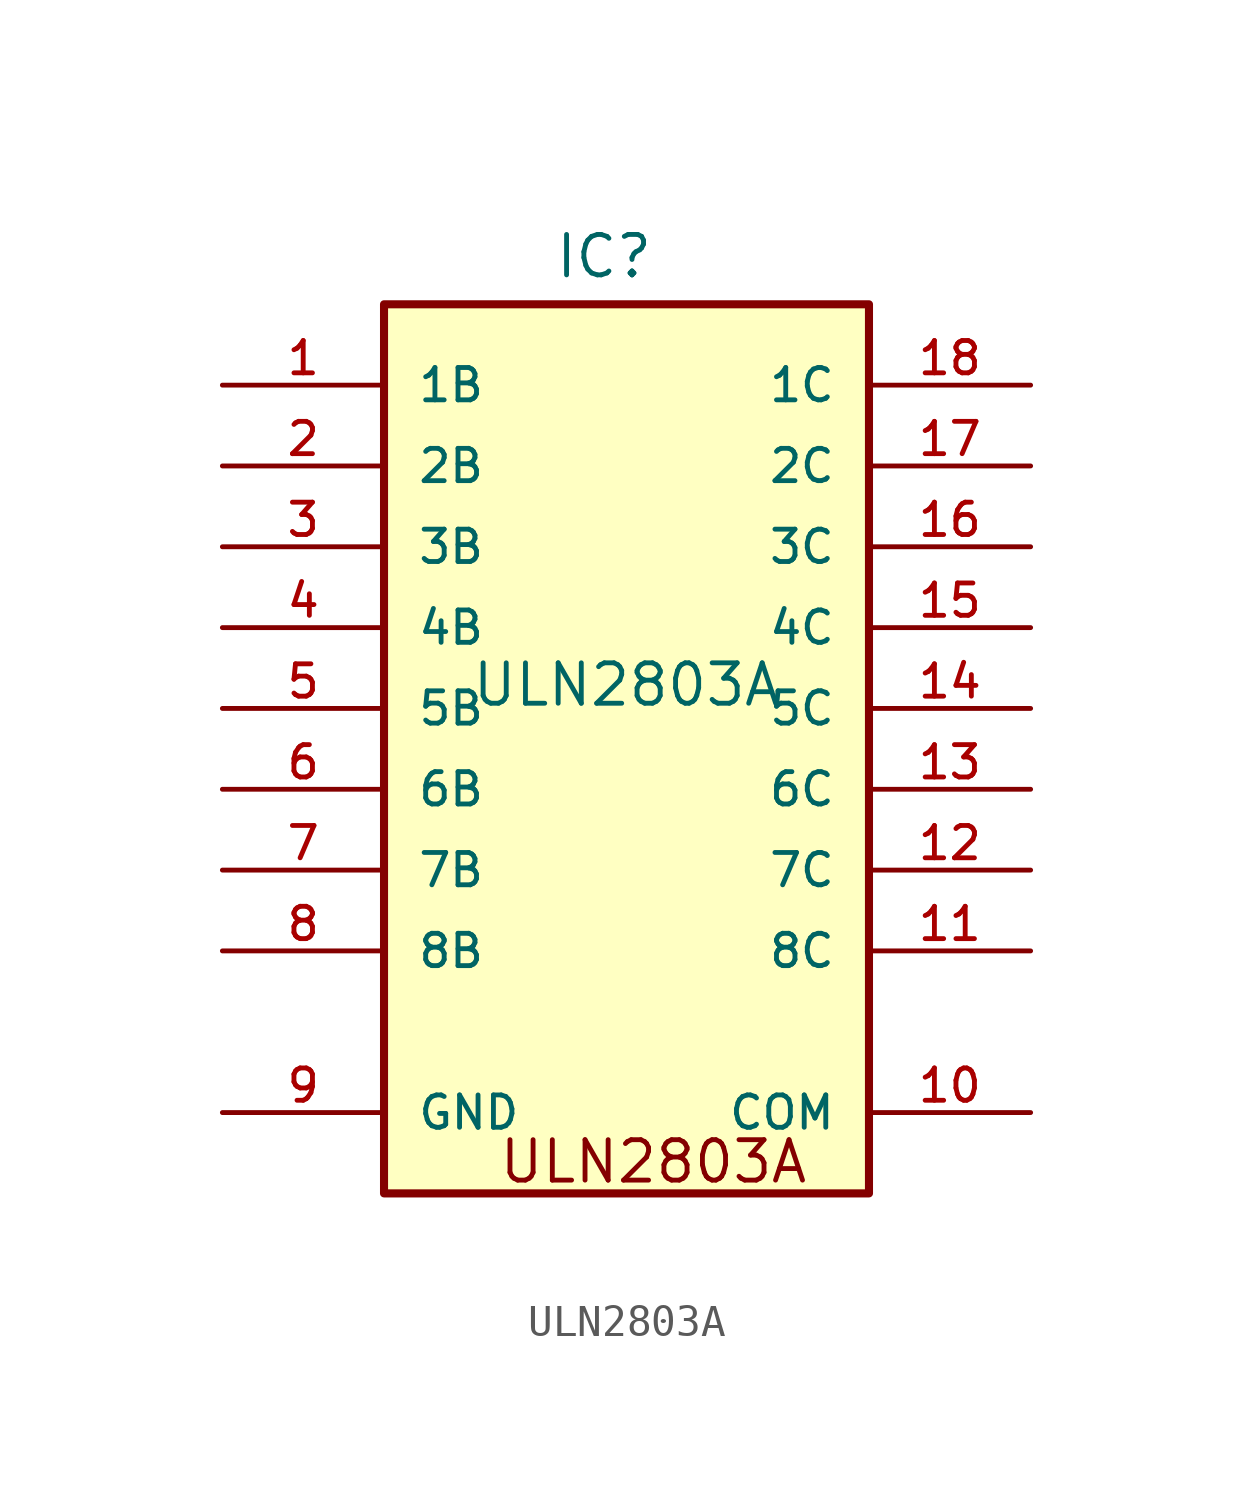
<source format=kicad_sym>
(kicad_symbol_lib
  (version 20211014)
  (generator kicad_symbol_editor)
  (symbol "ULN2803A"
    (pin_names
      (offset 1.016))
    (property "Reference" "IC"
      (at -2.286 13.462 0)
      (effects (font (size 1.27 1.27)) (justify bottom left)))
    (property "Value" "ULN2803A"
      (at 0 0.0 0)
      (effects (font (size 1.27 1.27)) (justify bottom)))
    (symbol "ULN2803A_0_0"
      (text "ULN2803A" (at -4.064 -14.986 0) (effects (font (size 1.27 1.27)) (justify bottom left)))
      (rectangle (start -7.62 -15.24) (end 7.62 12.7) (stroke (width 0.254)) (fill (type background)))
      (pin bidirectional line (at -12.7 10.16 0) (length 5.08) (name "1B" (effects (font (size 1.016 1.016)))) (number "1" (effects (font (size 1.016 1.016)))))
      (pin bidirectional line (at -12.7 7.62 0) (length 5.08) (name "2B" (effects (font (size 1.016 1.016)))) (number "2" (effects (font (size 1.016 1.016)))))
      (pin bidirectional line (at -12.7 5.08 0) (length 5.08) (name "3B" (effects (font (size 1.016 1.016)))) (number "3" (effects (font (size 1.016 1.016)))))
      (pin bidirectional line (at -12.7 2.54 0) (length 5.08) (name "4B" (effects (font (size 1.016 1.016)))) (number "4" (effects (font (size 1.016 1.016)))))
      (pin bidirectional line (at -12.7 0.0 0) (length 5.08) (name "5B" (effects (font (size 1.016 1.016)))) (number "5" (effects (font (size 1.016 1.016)))))
      (pin bidirectional line (at -12.7 -2.54 0) (length 5.08) (name "6B" (effects (font (size 1.016 1.016)))) (number "6" (effects (font (size 1.016 1.016)))))
      (pin bidirectional line (at -12.7 -5.08 0) (length 5.08) (name "7B" (effects (font (size 1.016 1.016)))) (number "7" (effects (font (size 1.016 1.016)))))
      (pin bidirectional line (at -12.7 -7.62 0) (length 5.08) (name "8B" (effects (font (size 1.016 1.016)))) (number "8" (effects (font (size 1.016 1.016)))))
      (pin bidirectional line (at -12.7 -12.7 0) (length 5.08) (name "GND" (effects (font (size 1.016 1.016)))) (number "9" (effects (font (size 1.016 1.016)))))
      (pin bidirectional line (at 12.7 -12.7 180.0) (length 5.08) (name "COM" (effects (font (size 1.016 1.016)))) (number "10" (effects (font (size 1.016 1.016)))))
      (pin bidirectional line (at 12.7 -7.62 180.0) (length 5.08) (name "8C" (effects (font (size 1.016 1.016)))) (number "11" (effects (font (size 1.016 1.016)))))
      (pin bidirectional line (at 12.7 -5.08 180.0) (length 5.08) (name "7C" (effects (font (size 1.016 1.016)))) (number "12" (effects (font (size 1.016 1.016)))))
      (pin bidirectional line (at 12.7 -2.54 180.0) (length 5.08) (name "6C" (effects (font (size 1.016 1.016)))) (number "13" (effects (font (size 1.016 1.016)))))
      (pin bidirectional line (at 12.7 0.0 180.0) (length 5.08) (name "5C" (effects (font (size 1.016 1.016)))) (number "14" (effects (font (size 1.016 1.016)))))
      (pin bidirectional line (at 12.7 2.54 180.0) (length 5.08) (name "4C" (effects (font (size 1.016 1.016)))) (number "15" (effects (font (size 1.016 1.016)))))
      (pin bidirectional line (at 12.7 5.08 180.0) (length 5.08) (name "3C" (effects (font (size 1.016 1.016)))) (number "16" (effects (font (size 1.016 1.016)))))
      (pin bidirectional line (at 12.7 7.62 180.0) (length 5.08) (name "2C" (effects (font (size 1.016 1.016)))) (number "17" (effects (font (size 1.016 1.016)))))
      (pin bidirectional line (at 12.7 10.16 180.0) (length 5.08) (name "1C" (effects (font (size 1.016 1.016)))) (number "18" (effects (font (size 1.016 1.016))))))))
</source>
